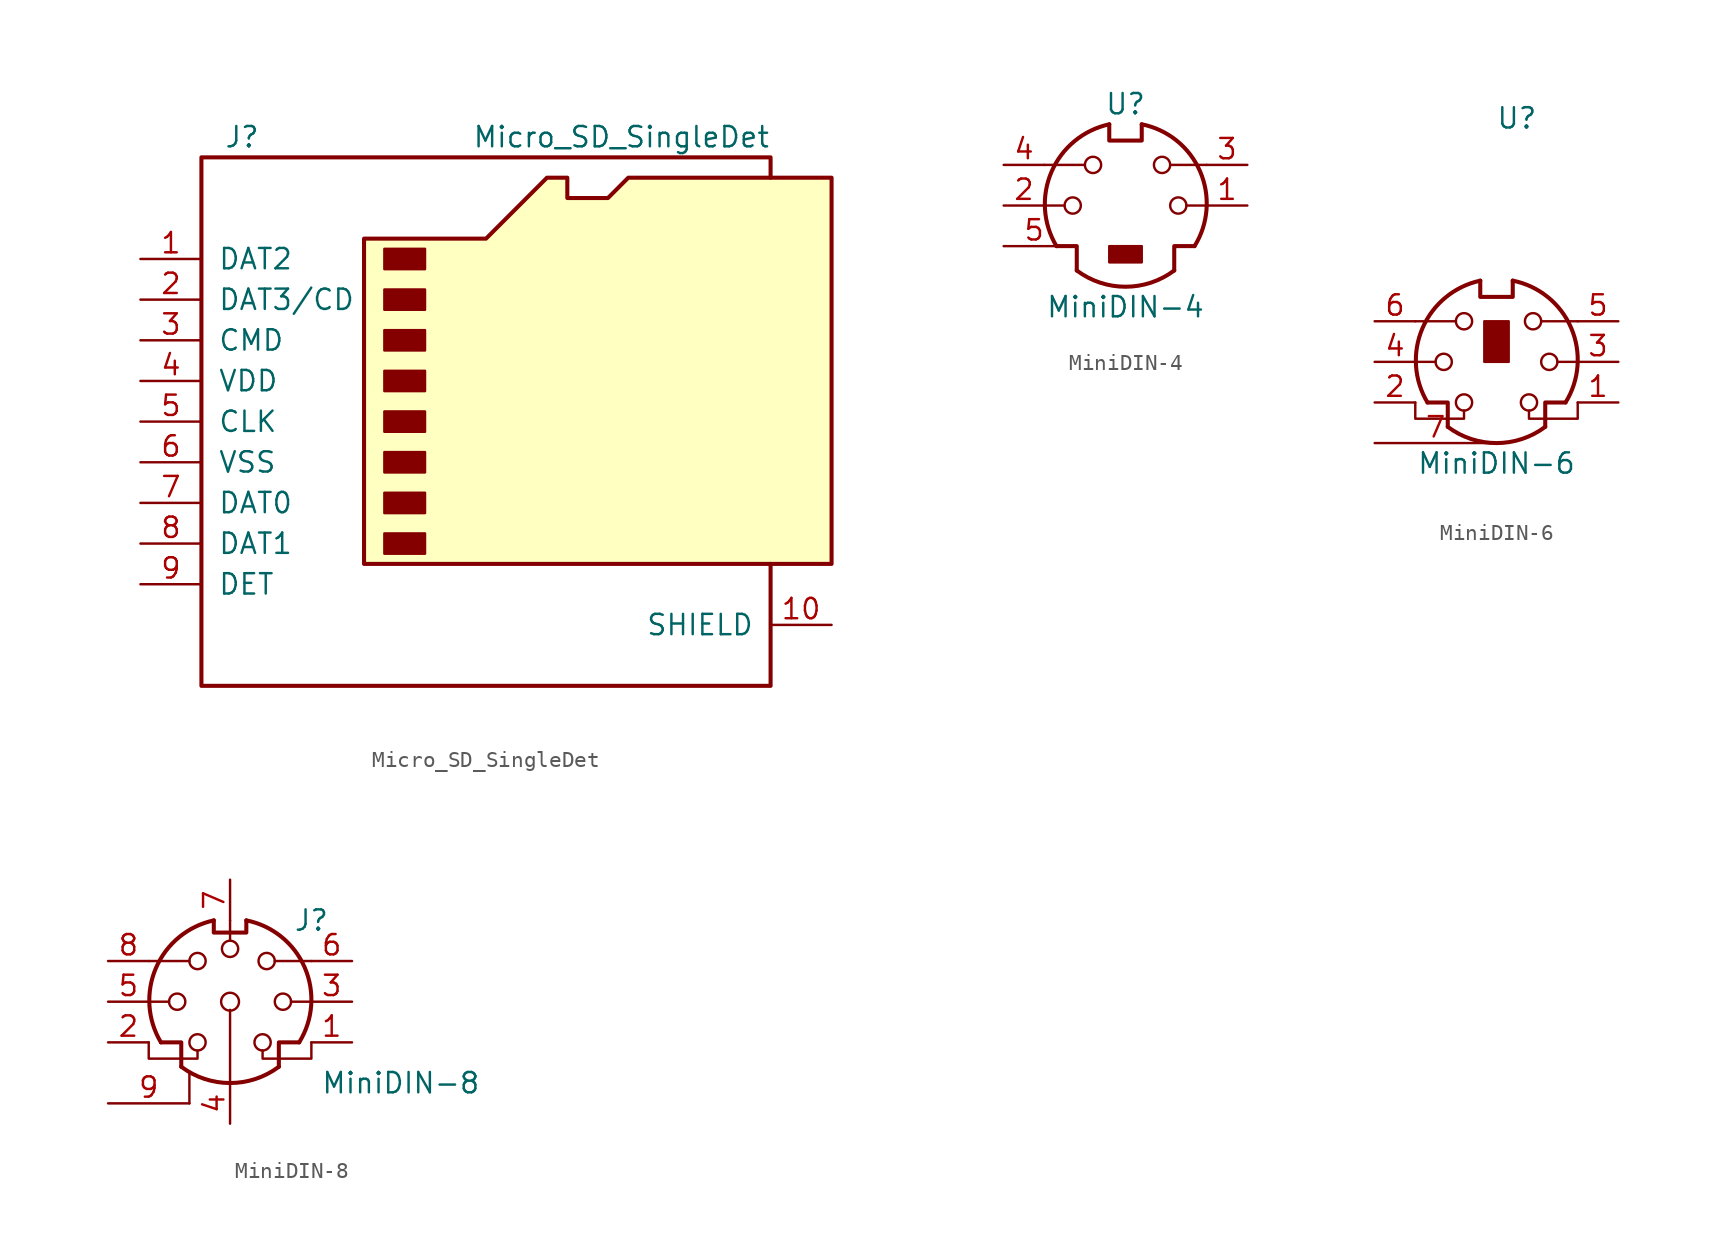
<source format=kicad_sym>
(kicad_symbol_lib
  (version 20220914)
  (generator kicad_symbol_editor)
  (symbol "Micro_SD_SingleDet"
    (pin_names
      (offset 1.016))
    (property "Reference" "J"
      (at -16.51 17.78 0)
      (effects (font (size 1.27 1.27))))
    (property "Value" "Micro_SD_SingleDet"
      (at 16.51 17.78 0)
      (effects (font (size 1.27 1.27)) (justify right)))
    (symbol "Micro_SD_SingleDet_0_1"
      (rectangle (start -7.62 -6.985) (end -5.08 -8.255) (stroke (width 0) (type default)) (fill (type outline)))
      (rectangle (start -7.62 -4.445) (end -5.08 -5.715) (stroke (width 0) (type default)) (fill (type outline)))
      (rectangle (start -7.62 -1.905) (end -5.08 -3.175) (stroke (width 0) (type default)) (fill (type outline)))
      (rectangle (start -7.62 0.635) (end -5.08 -0.635) (stroke (width 0) (type default)) (fill (type outline)))
      (rectangle (start -7.62 3.175) (end -5.08 1.905) (stroke (width 0) (type default)) (fill (type outline)))
      (rectangle (start -7.62 5.715) (end -5.08 4.445) (stroke (width 0) (type default)) (fill (type outline)))
      (rectangle (start -7.62 8.255) (end -5.08 6.985) (stroke (width 0) (type default)) (fill (type outline)))
      (rectangle (start -7.62 10.795) (end -5.08 9.525) (stroke (width 0) (type default)) (fill (type outline)))
      (polyline (pts (xy 16.51 15.24) (xy 16.51 16.51) (xy -19.05 16.51) (xy -19.05 -16.51) (xy 16.51 -16.51) (xy 16.51 -8.89)) (stroke (width 0.254) (type default)) (fill (type none)))
      (polyline (pts (xy -8.89 -8.89) (xy -8.89 11.43) (xy -1.27 11.43) (xy 2.54 15.24) (xy 3.81 15.24) (xy 3.81 13.97) (xy 6.35 13.97) (xy 7.62 15.24) (xy 20.32 15.24) (xy 20.32 -8.89) (xy -8.89 -8.89)) (stroke (width 0.254) (type default)) (fill (type background))))
    (symbol "Micro_SD_SingleDet_1_1"
      (pin bidirectional line (at -22.86 10.16 0) (length 3.81) (name "DAT2" (effects (font (size 1.27 1.27)))) (number "1" (effects (font (size 1.27 1.27)))))
      (pin passive line (at 20.32 -12.7 180) (length 3.81) (name "SHIELD" (effects (font (size 1.27 1.27)))) (number "10" (effects (font (size 1.27 1.27)))))
      (pin bidirectional line (at -22.86 7.62 0) (length 3.81) (name "DAT3/CD" (effects (font (size 1.27 1.27)))) (number "2" (effects (font (size 1.27 1.27)))))
      (pin input line (at -22.86 5.08 0) (length 3.81) (name "CMD" (effects (font (size 1.27 1.27)))) (number "3" (effects (font (size 1.27 1.27)))))
      (pin power_in line (at -22.86 2.54 0) (length 3.81) (name "VDD" (effects (font (size 1.27 1.27)))) (number "4" (effects (font (size 1.27 1.27)))))
      (pin input line (at -22.86 0 0) (length 3.81) (name "CLK" (effects (font (size 1.27 1.27)))) (number "5" (effects (font (size 1.27 1.27)))))
      (pin power_in line (at -22.86 -2.54 0) (length 3.81) (name "VSS" (effects (font (size 1.27 1.27)))) (number "6" (effects (font (size 1.27 1.27)))))
      (pin input line (at -22.86 -5.08 0) (length 3.81) (name "DAT0" (effects (font (size 1.27 1.27)))) (number "7" (effects (font (size 1.27 1.27)))))
      (pin input line (at -22.86 -7.62 0) (length 3.81) (name "DAT1" (effects (font (size 1.27 1.27)))) (number "8" (effects (font (size 1.27 1.27)))))
      (pin passive line (at -22.86 -10.16 0) (length 3.81) (name "DET" (effects (font (size 1.27 1.27)))) (number "9" (effects (font (size 1.27 1.27)))))))
  (symbol "MiniDIN-4"
    (pin_names
      (offset 1.016))
    (property "Reference" "U"
      (at 0 6.35 0)
      (effects (font (size 1.27 1.27))))
    (property "Value" "MiniDIN-4"
      (at 0 -6.35 0)
      (effects (font (size 1.27 1.27))))
    (symbol "MiniDIN-4_1_1"
      (circle (center -3.302 0) (radius 0.508) (stroke (width 0) (type default)) (fill (type none)))
      (arc (start -3.048 -4.064) (mid 0 -5.08) (end 3.048 -4.064) (stroke (width 0.254) (type default)) (fill (type none)))
      (circle (center -2.032 2.54) (radius 0.508) (stroke (width 0) (type default)) (fill (type none)))
      (rectangle (start -1.016 -2.54) (end 1.016 -3.556) (stroke (width 0) (type default)) (fill (type outline)))
      (arc (start -1.016 5.08) (mid -4.6228 2.1214) (end -4.318 -2.54) (stroke (width 0.254) (type default)) (fill (type none)))
      (polyline (pts (xy -3.81 0) (xy -5.08 0)) (stroke (width 0) (type default)) (fill (type none)))
      (polyline (pts (xy -2.54 2.54) (xy -5.08 2.54)) (stroke (width 0) (type default)) (fill (type none)))
      (polyline (pts (xy 2.794 2.54) (xy 5.08 2.54)) (stroke (width 0) (type default)) (fill (type none)))
      (polyline (pts (xy 5.08 0) (xy 3.81 0)) (stroke (width 0) (type default)) (fill (type none)))
      (polyline (pts (xy -4.318 -2.54) (xy -3.048 -2.54) (xy -3.048 -4.064)) (stroke (width 0.254) (type default)) (fill (type none)))
      (polyline (pts (xy 4.318 -2.54) (xy 3.048 -2.54) (xy 3.048 -4.064)) (stroke (width 0.254) (type default)) (fill (type none)))
      (polyline (pts (xy -1.016 5.08) (xy -1.016 4.064) (xy 1.016 4.064) (xy 1.016 5.08)) (stroke (width 0.254) (type default)) (fill (type none)))
      (circle (center 2.286 2.54) (radius 0.508) (stroke (width 0) (type default)) (fill (type none)))
      (circle (center 3.302 0) (radius 0.508) (stroke (width 0) (type default)) (fill (type none)))
      (arc (start 4.318 -2.54) (mid 4.6661 2.1322) (end 1.016 5.08) (stroke (width 0.254) (type default)) (fill (type none)))
      (pin passive line (at 7.62 0 180) (length 2.54) (name "~" (effects (font (size 1.27 1.27)))) (number "1" (effects (font (size 1.27 1.27)))))
      (pin passive line (at -7.62 0 0) (length 2.54) (name "~" (effects (font (size 1.27 1.27)))) (number "2" (effects (font (size 1.27 1.27)))))
      (pin passive line (at 7.62 2.54 180) (length 2.54) (name "~" (effects (font (size 1.27 1.27)))) (number "3" (effects (font (size 1.27 1.27)))))
      (pin passive line (at -7.62 2.54 0) (length 2.54) (name "~" (effects (font (size 1.27 1.27)))) (number "4" (effects (font (size 1.27 1.27)))))
      (pin passive line (at -7.62 -2.54 0) (length 3.81) (name "~" (effects (font (size 1.27 1.27)))) (number "5" (effects (font (size 1.27 1.27)))))))
  (symbol "MiniDIN-6"
    (pin_names
      (offset 1.016))
    (property "Reference" "U"
      (at 1.27 15.24 0)
      (effects (font (size 1.27 1.27))))
    (property "Value" "MiniDIN-6"
      (at 0 -6.35 0)
      (effects (font (size 1.27 1.27))))
    (symbol "MiniDIN-6_1_1"
      (circle (center -3.302 0) (radius 0.508) (stroke (width 0) (type default)) (fill (type none)))
      (arc (start -3.048 -4.064) (mid 0 -5.08) (end 3.048 -4.064) (stroke (width 0.254) (type default)) (fill (type none)))
      (circle (center -2.032 -2.54) (radius 0.508) (stroke (width 0) (type default)) (fill (type none)))
      (circle (center -2.032 2.54) (radius 0.508) (stroke (width 0) (type default)) (fill (type none)))
      (arc (start -1.016 5.08) (mid -4.6228 2.1214) (end -4.318 -2.54) (stroke (width 0.254) (type default)) (fill (type none)))
      (rectangle (start -0.762 2.54) (end 0.762 0) (stroke (width 0) (type default)) (fill (type outline)))
      (polyline (pts (xy -3.81 0) (xy -5.08 0)) (stroke (width 0) (type default)) (fill (type none)))
      (polyline (pts (xy -2.54 2.54) (xy -5.08 2.54)) (stroke (width 0) (type default)) (fill (type none)))
      (polyline (pts (xy 2.794 2.54) (xy 5.08 2.54)) (stroke (width 0) (type default)) (fill (type none)))
      (polyline (pts (xy 5.08 0) (xy 3.81 0)) (stroke (width 0) (type default)) (fill (type none)))
      (polyline (pts (xy -4.318 -2.54) (xy -3.048 -2.54) (xy -3.048 -4.064)) (stroke (width 0.254) (type default)) (fill (type none)))
      (polyline (pts (xy 4.318 -2.54) (xy 3.048 -2.54) (xy 3.048 -4.064)) (stroke (width 0.254) (type default)) (fill (type none)))
      (polyline (pts (xy -2.032 -3.048) (xy -2.032 -3.556) (xy -5.08 -3.556) (xy -5.08 -2.54)) (stroke (width 0) (type default)) (fill (type none)))
      (polyline (pts (xy -1.016 5.08) (xy -1.016 4.064) (xy 1.016 4.064) (xy 1.016 5.08)) (stroke (width 0.254) (type default)) (fill (type none)))
      (polyline (pts (xy 2.032 -3.048) (xy 2.032 -3.556) (xy 5.08 -3.556) (xy 5.08 -2.54)) (stroke (width 0) (type default)) (fill (type none)))
      (circle (center 2.032 -2.54) (radius 0.508) (stroke (width 0) (type default)) (fill (type none)))
      (circle (center 2.286 2.54) (radius 0.508) (stroke (width 0) (type default)) (fill (type none)))
      (circle (center 3.302 0) (radius 0.508) (stroke (width 0) (type default)) (fill (type none)))
      (arc (start 4.318 -2.54) (mid 4.6661 2.1322) (end 1.016 5.08) (stroke (width 0.254) (type default)) (fill (type none)))
      (pin passive line (at 7.62 -2.54 180) (length 2.54) (name "~" (effects (font (size 1.27 1.27)))) (number "1" (effects (font (size 1.27 1.27)))))
      (pin passive line (at -7.62 -2.54 0) (length 2.54) (name "~" (effects (font (size 1.27 1.27)))) (number "2" (effects (font (size 1.27 1.27)))))
      (pin passive line (at 7.62 0 180) (length 2.54) (name "~" (effects (font (size 1.27 1.27)))) (number "3" (effects (font (size 1.27 1.27)))))
      (pin passive line (at -7.62 0 0) (length 2.54) (name "~" (effects (font (size 1.27 1.27)))) (number "4" (effects (font (size 1.27 1.27)))))
      (pin passive line (at 7.62 2.54 180) (length 2.54) (name "~" (effects (font (size 1.27 1.27)))) (number "5" (effects (font (size 1.27 1.27)))))
      (pin passive line (at -7.62 2.54 0) (length 2.54) (name "~" (effects (font (size 1.27 1.27)))) (number "6" (effects (font (size 1.27 1.27)))))
      (pin passive line (at -7.62 -5.08 0) (length 7.62) (name "~" (effects (font (size 1.27 1.27)))) (number "7" (effects (font (size 1.27 1.27)))))))
  (symbol "MiniDIN-8"
    (pin_names
      (offset 1.016))
    (property "Reference" "J"
      (at 5.08 5.08 0)
      (effects (font (size 1.27 1.27))))
    (property "Value" "MiniDIN-8"
      (at 10.668 -5.08 0)
      (effects (font (size 1.27 1.27))))
    (symbol "MiniDIN-8_0_1"
      (circle (center -3.302 0) (radius 0.508) (stroke (width 0) (type default)) (fill (type none)))
      (arc (start -3.048 -4.064) (mid 0 -5.08) (end 3.048 -4.064) (stroke (width 0.254) (type default)) (fill (type none)))
      (circle (center -2.032 -2.54) (radius 0.508) (stroke (width 0) (type default)) (fill (type none)))
      (circle (center -2.032 2.54) (radius 0.508) (stroke (width 0) (type default)) (fill (type none)))
      (arc (start -1.016 5.08) (mid -4.6228 2.1214) (end -4.318 -2.54) (stroke (width 0.254) (type default)) (fill (type none)))
      (polyline (pts (xy -3.81 0) (xy -5.08 0)) (stroke (width 0) (type default)) (fill (type none)))
      (polyline (pts (xy -2.54 -6.35) (xy -2.54 -4.445)) (stroke (width 0) (type default)) (fill (type none)))
      (polyline (pts (xy -2.54 2.54) (xy -5.08 2.54)) (stroke (width 0) (type default)) (fill (type none)))
      (polyline (pts (xy 0 -5.08) (xy 0 -0.508)) (stroke (width 0) (type default)) (fill (type none)))
      (polyline (pts (xy 0 3.81) (xy 0 5.08)) (stroke (width 0) (type default)) (fill (type none)))
      (polyline (pts (xy 2.794 2.54) (xy 5.08 2.54)) (stroke (width 0) (type default)) (fill (type none)))
      (polyline (pts (xy 5.08 0) (xy 3.81 0)) (stroke (width 0) (type default)) (fill (type none)))
      (polyline (pts (xy -4.318 -2.54) (xy -3.048 -2.54) (xy -3.048 -4.064)) (stroke (width 0.254) (type default)) (fill (type none)))
      (polyline (pts (xy 4.318 -2.54) (xy 3.048 -2.54) (xy 3.048 -4.064)) (stroke (width 0.254) (type default)) (fill (type none)))
      (polyline (pts (xy -2.032 -3.048) (xy -2.032 -3.556) (xy -5.08 -3.556) (xy -5.08 -2.54)) (stroke (width 0) (type default)) (fill (type none)))
      (polyline (pts (xy -1.016 5.08) (xy -1.016 4.318) (xy 1.016 4.318) (xy 1.016 5.08)) (stroke (width 0.254) (type default)) (fill (type none)))
      (polyline (pts (xy 2.032 -3.048) (xy 2.032 -3.556) (xy 5.08 -3.556) (xy 5.08 -2.54)) (stroke (width 0) (type default)) (fill (type none)))
      (circle (center 0 0) (radius 0.559) (stroke (width 0) (type default)) (fill (type none)))
      (circle (center 0 3.302) (radius 0.508) (stroke (width 0) (type default)) (fill (type none)))
      (circle (center 2.032 -2.54) (radius 0.508) (stroke (width 0) (type default)) (fill (type none)))
      (circle (center 2.286 2.54) (radius 0.508) (stroke (width 0) (type default)) (fill (type none)))
      (circle (center 3.302 0) (radius 0.508) (stroke (width 0) (type default)) (fill (type none)))
      (arc (start 4.318 -2.54) (mid 4.6661 2.1322) (end 1.016 5.08) (stroke (width 0.254) (type default)) (fill (type none))))
    (symbol "MiniDIN-8_1_1"
      (pin passive line (at 7.62 -2.54 180) (length 2.54) (name "~" (effects (font (size 1.27 1.27)))) (number "1" (effects (font (size 1.27 1.27)))))
      (pin passive line (at -7.62 -2.54 0) (length 2.54) (name "~" (effects (font (size 1.27 1.27)))) (number "2" (effects (font (size 1.27 1.27)))))
      (pin passive line (at 7.62 0 180) (length 2.54) (name "~" (effects (font (size 1.27 1.27)))) (number "3" (effects (font (size 1.27 1.27)))))
      (pin passive line (at 0 -7.62 90) (length 2.54) (name "~" (effects (font (size 1.27 1.27)))) (number "4" (effects (font (size 1.27 1.27)))))
      (pin passive line (at -7.62 0 0) (length 2.54) (name "~" (effects (font (size 1.27 1.27)))) (number "5" (effects (font (size 1.27 1.27)))))
      (pin passive line (at 7.62 2.54 180) (length 2.54) (name "~" (effects (font (size 1.27 1.27)))) (number "6" (effects (font (size 1.27 1.27)))))
      (pin passive line (at 0 7.62 270) (length 2.54) (name "~" (effects (font (size 1.27 1.27)))) (number "7" (effects (font (size 1.27 1.27)))))
      (pin passive line (at -7.62 2.54 0) (length 2.54) (name "~" (effects (font (size 1.27 1.27)))) (number "8" (effects (font (size 1.27 1.27)))))
      (pin passive line (at -7.62 -6.35 0) (length 5.08) (name "~" (effects (font (size 1.27 1.27)))) (number "9" (effects (font (size 1.27 1.27))))))))
</source>
